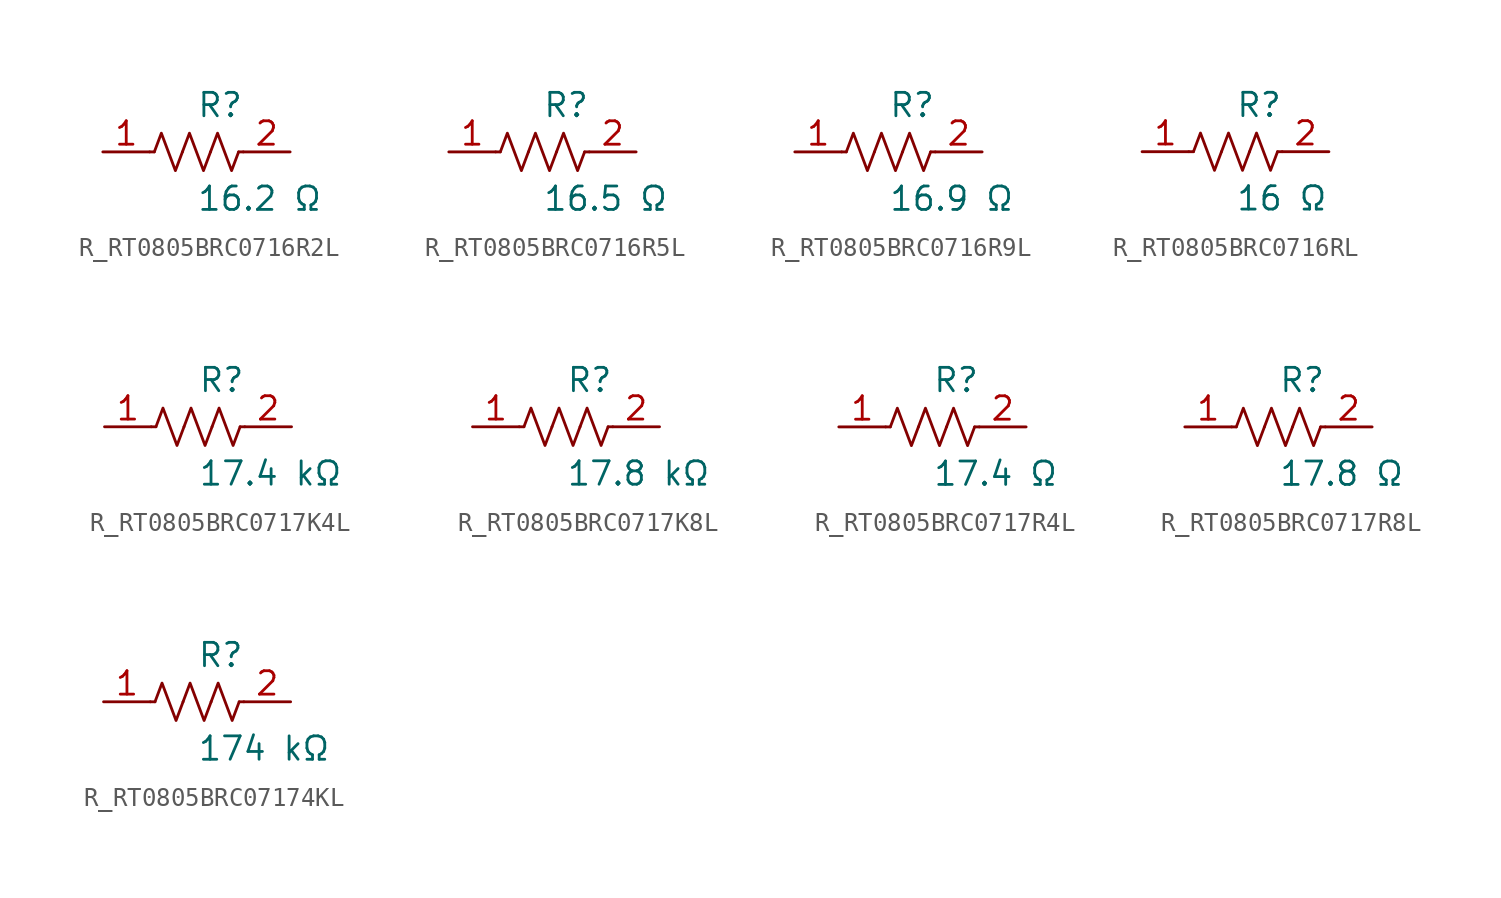
<source format=kicad_sym>
(kicad_symbol_lib
  (version 20231120)
  (generator kicad_symbol_editor)
  (generator_version 8.0)
  (symbol "R_RT0805BRC0716R2L"
    (pin_names
      (offset 0.254))
    (property "Reference" "R"
      (at 0 2.54 0)
      (effects (font (size 1.27 1.27)) (justify left)))
    (property "Value" "16.2 Ω"
      (at 0 -2.54 0)
      (effects (font (size 1.27 1.27)) (justify left)))
    (symbol "R_RT0805BRC0716R2L_0_1"
      (polyline (pts (xy 2.286 0) (xy 2.54 0)) (stroke (width 0) (type default)) (fill (type none)))
      (polyline (pts (xy -2.286 0) (xy -2.54 0)) (stroke (width 0) (type default)) (fill (type none)))
      (polyline (pts (xy 0.762 0) (xy 1.143 1.016) (xy 1.524 0) (xy 1.905 -1.016) (xy 2.286 0)) (stroke (width 0) (type default)) (fill (type none)))
      (polyline (pts (xy -0.762 0) (xy -0.381 1.016) (xy 0 0) (xy 0.381 -1.016) (xy 0.762 0)) (stroke (width 0) (type default)) (fill (type none)))
      (polyline (pts (xy -2.286 0) (xy -1.905 1.016) (xy -1.524 0) (xy -1.143 -1.016) (xy -0.762 0)) (stroke (width 0) (type default)) (fill (type none))))
    (pin unspecified line
      (at -5.08 0 0)
      (length 2.54)
      (name "" (effects (font (size 1.27 1.27))))
      (number "1" (effects (font (size 1.27 1.27)))))
    (pin unspecified line
      (at 5.08 0 180)
      (length 2.54)
      (name "" (effects (font (size 1.27 1.27))))
      (number "2" (effects (font (size 1.27 1.27))))))
  (symbol "R_RT0805BRC0716R5L"
    (pin_names
      (offset 0.254))
    (property "Reference" "R"
      (at 0 2.54 0)
      (effects (font (size 1.27 1.27)) (justify left)))
    (property "Value" "16.5 Ω"
      (at 0 -2.54 0)
      (effects (font (size 1.27 1.27)) (justify left)))
    (symbol "R_RT0805BRC0716R5L_0_1"
      (polyline (pts (xy 2.286 0) (xy 2.54 0)) (stroke (width 0) (type default)) (fill (type none)))
      (polyline (pts (xy -2.286 0) (xy -2.54 0)) (stroke (width 0) (type default)) (fill (type none)))
      (polyline (pts (xy 0.762 0) (xy 1.143 1.016) (xy 1.524 0) (xy 1.905 -1.016) (xy 2.286 0)) (stroke (width 0) (type default)) (fill (type none)))
      (polyline (pts (xy -0.762 0) (xy -0.381 1.016) (xy 0 0) (xy 0.381 -1.016) (xy 0.762 0)) (stroke (width 0) (type default)) (fill (type none)))
      (polyline (pts (xy -2.286 0) (xy -1.905 1.016) (xy -1.524 0) (xy -1.143 -1.016) (xy -0.762 0)) (stroke (width 0) (type default)) (fill (type none))))
    (pin unspecified line
      (at -5.08 0 0)
      (length 2.54)
      (name "" (effects (font (size 1.27 1.27))))
      (number "1" (effects (font (size 1.27 1.27)))))
    (pin unspecified line
      (at 5.08 0 180)
      (length 2.54)
      (name "" (effects (font (size 1.27 1.27))))
      (number "2" (effects (font (size 1.27 1.27))))))
  (symbol "R_RT0805BRC0716R9L"
    (pin_names
      (offset 0.254))
    (property "Reference" "R"
      (at 0 2.54 0)
      (effects (font (size 1.27 1.27)) (justify left)))
    (property "Value" "16.9 Ω"
      (at 0 -2.54 0)
      (effects (font (size 1.27 1.27)) (justify left)))
    (symbol "R_RT0805BRC0716R9L_0_1"
      (polyline (pts (xy 2.286 0) (xy 2.54 0)) (stroke (width 0) (type default)) (fill (type none)))
      (polyline (pts (xy -2.286 0) (xy -2.54 0)) (stroke (width 0) (type default)) (fill (type none)))
      (polyline (pts (xy 0.762 0) (xy 1.143 1.016) (xy 1.524 0) (xy 1.905 -1.016) (xy 2.286 0)) (stroke (width 0) (type default)) (fill (type none)))
      (polyline (pts (xy -0.762 0) (xy -0.381 1.016) (xy 0 0) (xy 0.381 -1.016) (xy 0.762 0)) (stroke (width 0) (type default)) (fill (type none)))
      (polyline (pts (xy -2.286 0) (xy -1.905 1.016) (xy -1.524 0) (xy -1.143 -1.016) (xy -0.762 0)) (stroke (width 0) (type default)) (fill (type none))))
    (pin unspecified line
      (at -5.08 0 0)
      (length 2.54)
      (name "" (effects (font (size 1.27 1.27))))
      (number "1" (effects (font (size 1.27 1.27)))))
    (pin unspecified line
      (at 5.08 0 180)
      (length 2.54)
      (name "" (effects (font (size 1.27 1.27))))
      (number "2" (effects (font (size 1.27 1.27))))))
  (symbol "R_RT0805BRC0716RL"
    (pin_names
      (offset 0.254))
    (property "Reference" "R"
      (at 0 2.54 0)
      (effects (font (size 1.27 1.27)) (justify left)))
    (property "Value" "16 Ω"
      (at 0 -2.54 0)
      (effects (font (size 1.27 1.27)) (justify left)))
    (symbol "R_RT0805BRC0716RL_0_1"
      (polyline (pts (xy 2.286 0) (xy 2.54 0)) (stroke (width 0) (type default)) (fill (type none)))
      (polyline (pts (xy -2.286 0) (xy -2.54 0)) (stroke (width 0) (type default)) (fill (type none)))
      (polyline (pts (xy 0.762 0) (xy 1.143 1.016) (xy 1.524 0) (xy 1.905 -1.016) (xy 2.286 0)) (stroke (width 0) (type default)) (fill (type none)))
      (polyline (pts (xy -0.762 0) (xy -0.381 1.016) (xy 0 0) (xy 0.381 -1.016) (xy 0.762 0)) (stroke (width 0) (type default)) (fill (type none)))
      (polyline (pts (xy -2.286 0) (xy -1.905 1.016) (xy -1.524 0) (xy -1.143 -1.016) (xy -0.762 0)) (stroke (width 0) (type default)) (fill (type none))))
    (pin unspecified line
      (at -5.08 0 0)
      (length 2.54)
      (name "" (effects (font (size 1.27 1.27))))
      (number "1" (effects (font (size 1.27 1.27)))))
    (pin unspecified line
      (at 5.08 0 180)
      (length 2.54)
      (name "" (effects (font (size 1.27 1.27))))
      (number "2" (effects (font (size 1.27 1.27))))))
  (symbol "R_RT0805BRC0717K4L"
    (pin_names
      (offset 0.254))
    (property "Reference" "R"
      (at 0 2.54 0)
      (effects (font (size 1.27 1.27)) (justify left)))
    (property "Value" "17.4 kΩ"
      (at 0 -2.54 0)
      (effects (font (size 1.27 1.27)) (justify left)))
    (symbol "R_RT0805BRC0717K4L_0_1"
      (polyline (pts (xy 2.286 0) (xy 2.54 0)) (stroke (width 0) (type default)) (fill (type none)))
      (polyline (pts (xy -2.286 0) (xy -2.54 0)) (stroke (width 0) (type default)) (fill (type none)))
      (polyline (pts (xy 0.762 0) (xy 1.143 1.016) (xy 1.524 0) (xy 1.905 -1.016) (xy 2.286 0)) (stroke (width 0) (type default)) (fill (type none)))
      (polyline (pts (xy -0.762 0) (xy -0.381 1.016) (xy 0 0) (xy 0.381 -1.016) (xy 0.762 0)) (stroke (width 0) (type default)) (fill (type none)))
      (polyline (pts (xy -2.286 0) (xy -1.905 1.016) (xy -1.524 0) (xy -1.143 -1.016) (xy -0.762 0)) (stroke (width 0) (type default)) (fill (type none))))
    (pin unspecified line
      (at -5.08 0 0)
      (length 2.54)
      (name "" (effects (font (size 1.27 1.27))))
      (number "1" (effects (font (size 1.27 1.27)))))
    (pin unspecified line
      (at 5.08 0 180)
      (length 2.54)
      (name "" (effects (font (size 1.27 1.27))))
      (number "2" (effects (font (size 1.27 1.27))))))
  (symbol "R_RT0805BRC0717K8L"
    (pin_names
      (offset 0.254))
    (property "Reference" "R"
      (at 0 2.54 0)
      (effects (font (size 1.27 1.27)) (justify left)))
    (property "Value" "17.8 kΩ"
      (at 0 -2.54 0)
      (effects (font (size 1.27 1.27)) (justify left)))
    (symbol "R_RT0805BRC0717K8L_0_1"
      (polyline (pts (xy 2.286 0) (xy 2.54 0)) (stroke (width 0) (type default)) (fill (type none)))
      (polyline (pts (xy -2.286 0) (xy -2.54 0)) (stroke (width 0) (type default)) (fill (type none)))
      (polyline (pts (xy 0.762 0) (xy 1.143 1.016) (xy 1.524 0) (xy 1.905 -1.016) (xy 2.286 0)) (stroke (width 0) (type default)) (fill (type none)))
      (polyline (pts (xy -0.762 0) (xy -0.381 1.016) (xy 0 0) (xy 0.381 -1.016) (xy 0.762 0)) (stroke (width 0) (type default)) (fill (type none)))
      (polyline (pts (xy -2.286 0) (xy -1.905 1.016) (xy -1.524 0) (xy -1.143 -1.016) (xy -0.762 0)) (stroke (width 0) (type default)) (fill (type none))))
    (pin unspecified line
      (at -5.08 0 0)
      (length 2.54)
      (name "" (effects (font (size 1.27 1.27))))
      (number "1" (effects (font (size 1.27 1.27)))))
    (pin unspecified line
      (at 5.08 0 180)
      (length 2.54)
      (name "" (effects (font (size 1.27 1.27))))
      (number "2" (effects (font (size 1.27 1.27))))))
  (symbol "R_RT0805BRC0717R4L"
    (pin_names
      (offset 0.254))
    (property "Reference" "R"
      (at 0 2.54 0)
      (effects (font (size 1.27 1.27)) (justify left)))
    (property "Value" "17.4 Ω"
      (at 0 -2.54 0)
      (effects (font (size 1.27 1.27)) (justify left)))
    (symbol "R_RT0805BRC0717R4L_0_1"
      (polyline (pts (xy 2.286 0) (xy 2.54 0)) (stroke (width 0) (type default)) (fill (type none)))
      (polyline (pts (xy -2.286 0) (xy -2.54 0)) (stroke (width 0) (type default)) (fill (type none)))
      (polyline (pts (xy 0.762 0) (xy 1.143 1.016) (xy 1.524 0) (xy 1.905 -1.016) (xy 2.286 0)) (stroke (width 0) (type default)) (fill (type none)))
      (polyline (pts (xy -0.762 0) (xy -0.381 1.016) (xy 0 0) (xy 0.381 -1.016) (xy 0.762 0)) (stroke (width 0) (type default)) (fill (type none)))
      (polyline (pts (xy -2.286 0) (xy -1.905 1.016) (xy -1.524 0) (xy -1.143 -1.016) (xy -0.762 0)) (stroke (width 0) (type default)) (fill (type none))))
    (pin unspecified line
      (at -5.08 0 0)
      (length 2.54)
      (name "" (effects (font (size 1.27 1.27))))
      (number "1" (effects (font (size 1.27 1.27)))))
    (pin unspecified line
      (at 5.08 0 180)
      (length 2.54)
      (name "" (effects (font (size 1.27 1.27))))
      (number "2" (effects (font (size 1.27 1.27))))))
  (symbol "R_RT0805BRC0717R8L"
    (pin_names
      (offset 0.254))
    (property "Reference" "R"
      (at 0 2.54 0)
      (effects (font (size 1.27 1.27)) (justify left)))
    (property "Value" "17.8 Ω"
      (at 0 -2.54 0)
      (effects (font (size 1.27 1.27)) (justify left)))
    (symbol "R_RT0805BRC0717R8L_0_1"
      (polyline (pts (xy 2.286 0) (xy 2.54 0)) (stroke (width 0) (type default)) (fill (type none)))
      (polyline (pts (xy -2.286 0) (xy -2.54 0)) (stroke (width 0) (type default)) (fill (type none)))
      (polyline (pts (xy 0.762 0) (xy 1.143 1.016) (xy 1.524 0) (xy 1.905 -1.016) (xy 2.286 0)) (stroke (width 0) (type default)) (fill (type none)))
      (polyline (pts (xy -0.762 0) (xy -0.381 1.016) (xy 0 0) (xy 0.381 -1.016) (xy 0.762 0)) (stroke (width 0) (type default)) (fill (type none)))
      (polyline (pts (xy -2.286 0) (xy -1.905 1.016) (xy -1.524 0) (xy -1.143 -1.016) (xy -0.762 0)) (stroke (width 0) (type default)) (fill (type none))))
    (pin unspecified line
      (at -5.08 0 0)
      (length 2.54)
      (name "" (effects (font (size 1.27 1.27))))
      (number "1" (effects (font (size 1.27 1.27)))))
    (pin unspecified line
      (at 5.08 0 180)
      (length 2.54)
      (name "" (effects (font (size 1.27 1.27))))
      (number "2" (effects (font (size 1.27 1.27))))))
  (symbol "R_RT0805BRC07174KL"
    (pin_names
      (offset 0.254))
    (property "Reference" "R"
      (at 0 2.54 0)
      (effects (font (size 1.27 1.27)) (justify left)))
    (property "Value" "174 kΩ"
      (at 0 -2.54 0)
      (effects (font (size 1.27 1.27)) (justify left)))
    (symbol "R_RT0805BRC07174KL_0_1"
      (polyline (pts (xy 2.286 0) (xy 2.54 0)) (stroke (width 0) (type default)) (fill (type none)))
      (polyline (pts (xy -2.286 0) (xy -2.54 0)) (stroke (width 0) (type default)) (fill (type none)))
      (polyline (pts (xy 0.762 0) (xy 1.143 1.016) (xy 1.524 0) (xy 1.905 -1.016) (xy 2.286 0)) (stroke (width 0) (type default)) (fill (type none)))
      (polyline (pts (xy -0.762 0) (xy -0.381 1.016) (xy 0 0) (xy 0.381 -1.016) (xy 0.762 0)) (stroke (width 0) (type default)) (fill (type none)))
      (polyline (pts (xy -2.286 0) (xy -1.905 1.016) (xy -1.524 0) (xy -1.143 -1.016) (xy -0.762 0)) (stroke (width 0) (type default)) (fill (type none))))
    (pin unspecified line
      (at -5.08 0 0)
      (length 2.54)
      (name "" (effects (font (size 1.27 1.27))))
      (number "1" (effects (font (size 1.27 1.27)))))
    (pin unspecified line
      (at 5.08 0 180)
      (length 2.54)
      (name "" (effects (font (size 1.27 1.27))))
      (number "2" (effects (font (size 1.27 1.27)))))))
</source>
